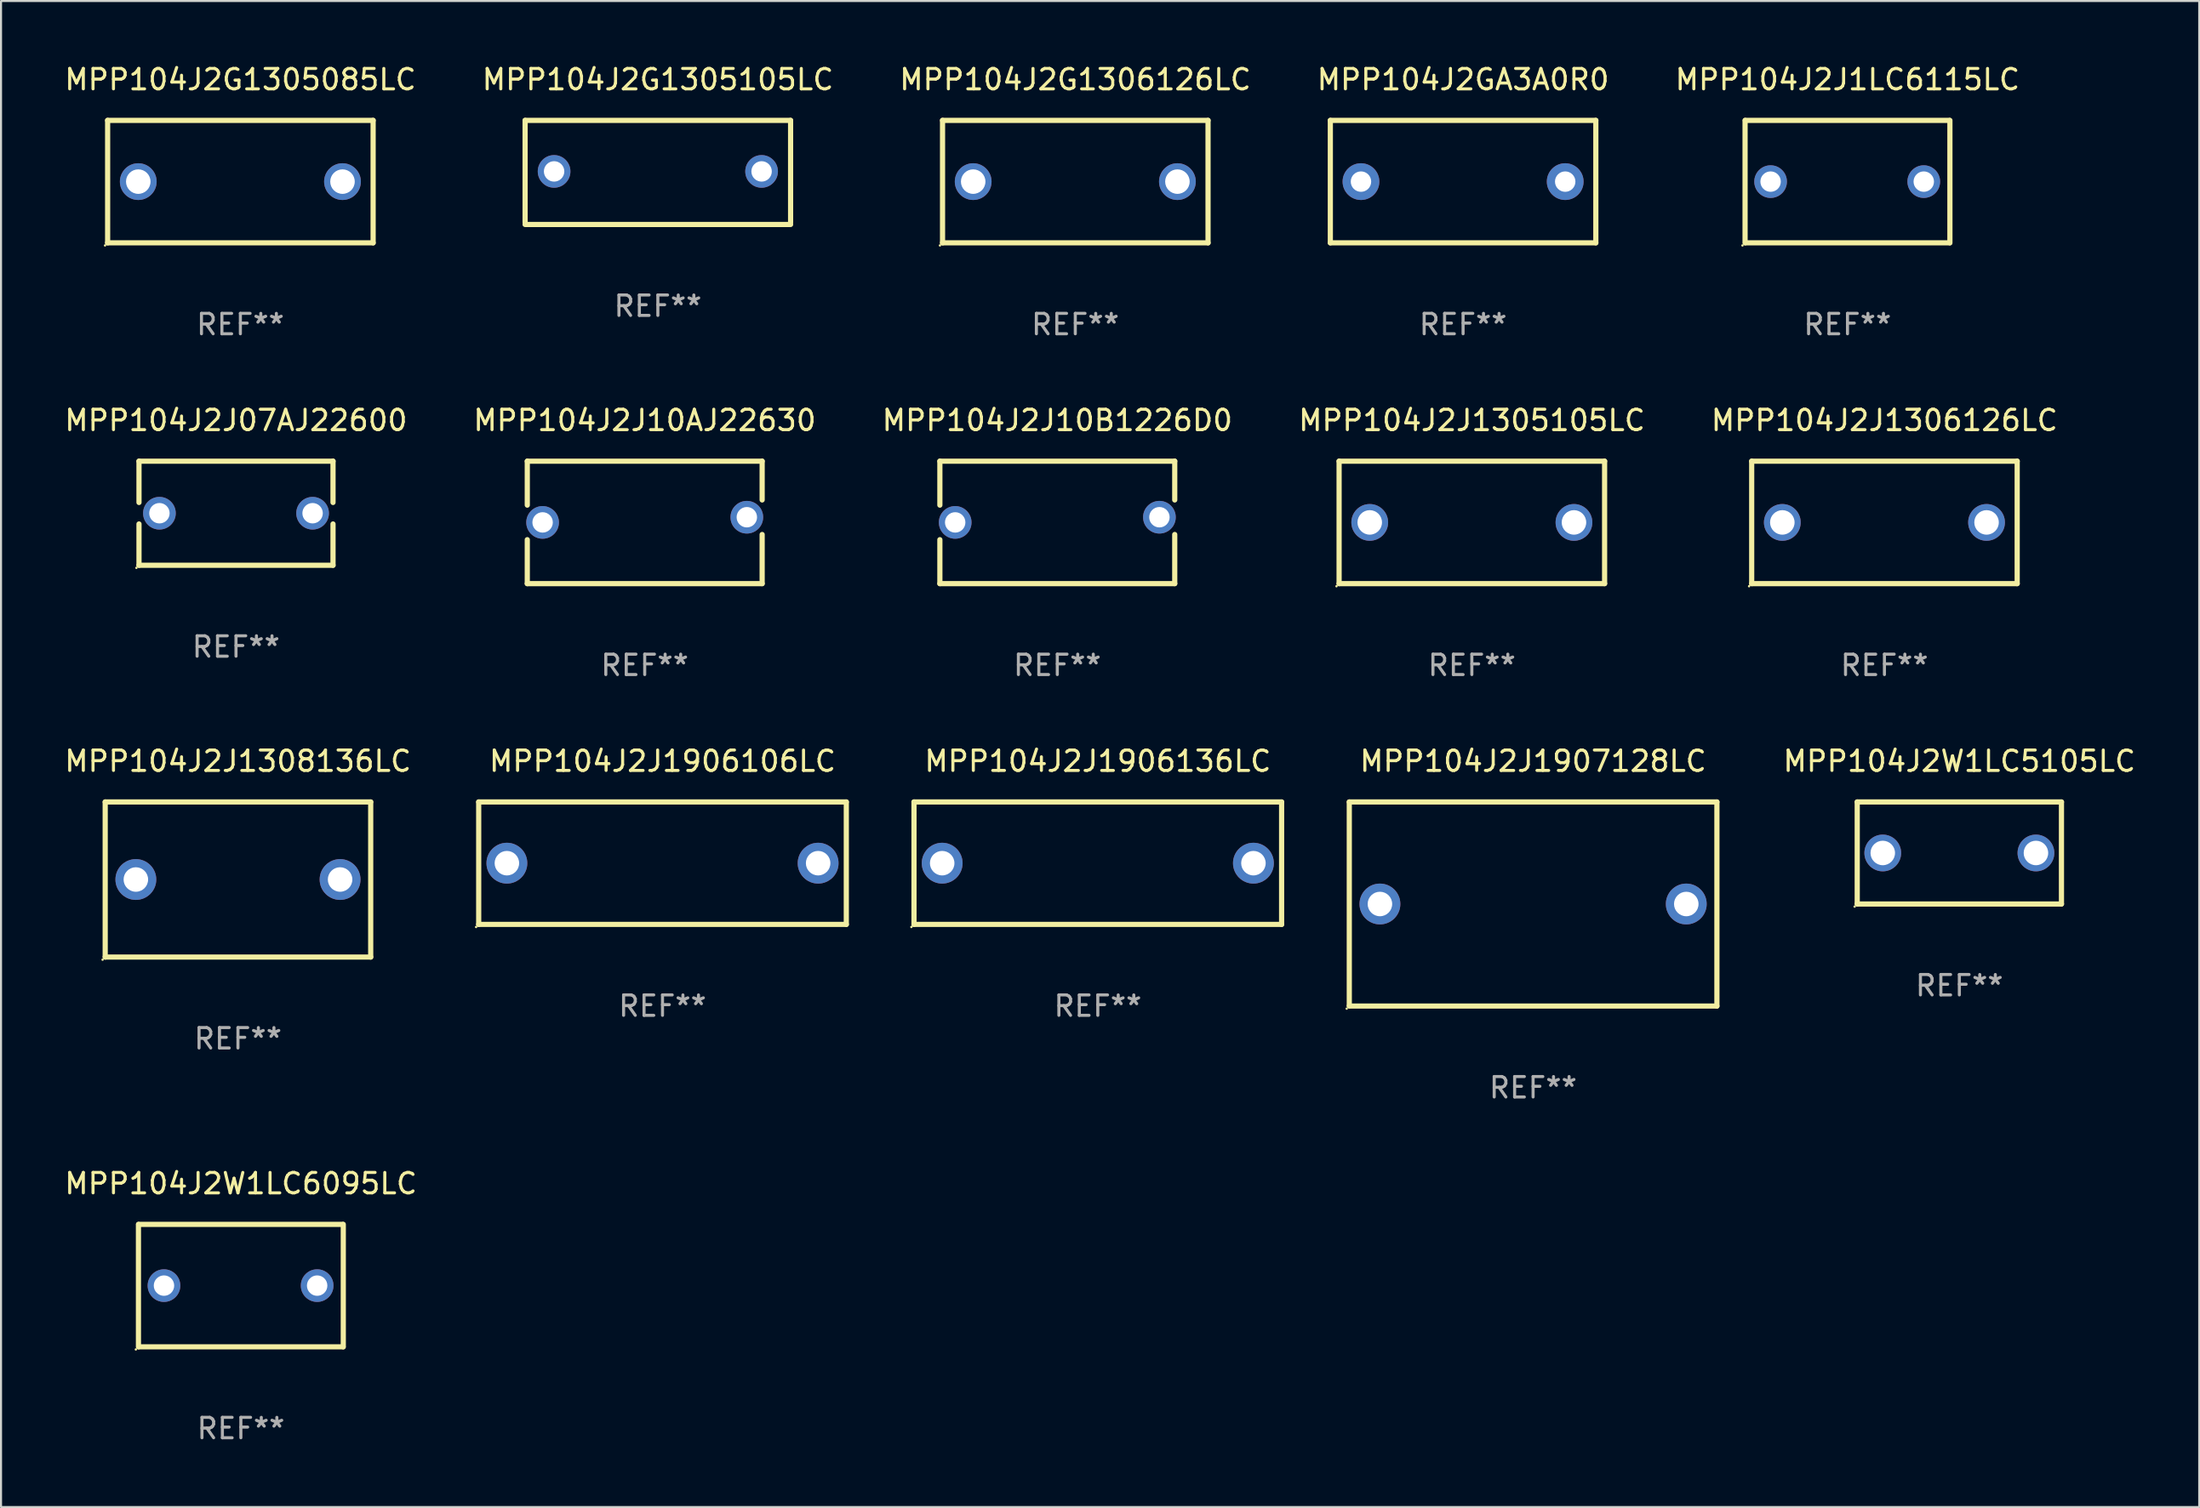
<source format=kicad_pcb>
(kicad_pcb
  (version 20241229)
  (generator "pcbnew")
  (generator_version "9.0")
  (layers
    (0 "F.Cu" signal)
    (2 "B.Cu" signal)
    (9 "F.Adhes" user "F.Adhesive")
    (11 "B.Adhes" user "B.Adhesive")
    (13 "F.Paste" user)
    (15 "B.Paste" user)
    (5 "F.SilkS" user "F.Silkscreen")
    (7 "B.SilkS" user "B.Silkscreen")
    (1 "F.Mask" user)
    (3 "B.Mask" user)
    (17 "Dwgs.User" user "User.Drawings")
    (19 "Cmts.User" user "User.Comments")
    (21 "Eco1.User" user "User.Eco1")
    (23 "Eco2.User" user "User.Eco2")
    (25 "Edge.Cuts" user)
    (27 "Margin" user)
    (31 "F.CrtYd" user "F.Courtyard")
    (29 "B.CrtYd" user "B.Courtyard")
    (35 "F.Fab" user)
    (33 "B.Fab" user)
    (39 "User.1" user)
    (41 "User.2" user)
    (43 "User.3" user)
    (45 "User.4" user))
  (footprint "MPP104J2J10B1226D0"
    (layer "F.Cu")
    (at 48.72 22.545)
    (property "Reference" "MPP104J2J10B1226D0" (at 0 -5 0) (layer "F.SilkS") (effects (font (size 1 1) (thickness 0.15))))
    (attr through_hole)
    (fp_line (start -5.75 -3) (end -5.75 -0.846) (stroke (width 0.254) (type solid)) (layer "F.SilkS"))
    (fp_line (start -5.75 -3) (end 5.75 -3) (stroke (width 0.254) (type solid)) (layer "F.SilkS"))
    (fp_line (start -5.75 0.846) (end -5.75 3) (stroke (width 0.254) (type solid)) (layer "F.SilkS"))
    (fp_line (start -5.75 3) (end 5.75 3) (stroke (width 0.254) (type solid)) (layer "F.SilkS"))
    (fp_line (start 5.75 -3) (end 5.75 -1.1) (stroke (width 0.254) (type solid)) (layer "F.SilkS"))
    (fp_line (start 5.75 0.592) (end 5.75 3) (stroke (width 0.254) (type solid)) (layer "F.SilkS"))
    (fp_circle (center -5.75 2.873) (end -5.72 2.873) (stroke (width 0.06) (type solid)) (fill no) (layer "F.SilkS"))
    (fp_text user "REF**" (at 0 7 0) (layer "F.Fab") (effects (font (size 1 1) (thickness 0.15))))
    (pad "1" thru_hole circle (at -5 0) (size 1.6 1.6) (drill 1) (layers "*.Cu" "*.Mask"))
    (pad "2" thru_hole circle (at 5 -0.254) (size 1.6 1.6) (drill 1) (layers "*.Cu" "*.Mask")))
  (footprint "MPP104J2J1906136LC"
    (layer "F.Cu")
    (at 50.703 39.241)
    (property "Reference" "MPP104J2J1906136LC" (at 0 -5 0) (layer "F.SilkS") (effects (font (size 1 1) (thickness 0.15))))
    (attr through_hole)
    (fp_line (start -9 -3) (end 9 -3) (stroke (width 0.254) (type solid)) (layer "F.SilkS"))
    (fp_line (start -9 3) (end -9 -3) (stroke (width 0.254) (type solid)) (layer "F.SilkS"))
    (fp_line (start 9 -3) (end 9 3) (stroke (width 0.254) (type solid)) (layer "F.SilkS"))
    (fp_line (start 9 3) (end -9 3) (stroke (width 0.254) (type solid)) (layer "F.SilkS"))
    (fp_circle (center -9.127 3.127) (end -9.097 3.127) (stroke (width 0.06) (type solid)) (fill no) (layer "F.SilkS"))
    (fp_text user "REF**" (at 0 7 0) (layer "F.Fab") (effects (font (size 1 1) (thickness 0.15))))
    (pad "1" thru_hole circle (at -7.62 0) (size 2 2) (drill 1.2) (layers "*.Cu" "*.Mask"))
    (pad "2" thru_hole circle (at 7.62 0) (size 2 2) (drill 1.2) (layers "*.Cu" "*.Mask")))
  (footprint "MPP104J2G1305105LC"
    (layer "F.Cu")
    (at 29.161 5.398)
    (property "Reference" "MPP104J2G1305105LC" (at 0 -4.55 0) (layer "F.SilkS") (effects (font (size 1 1) (thickness 0.15))))
    (attr through_hole)
    (fp_line (start -6.5 -2.55) (end 6.5 -2.55) (stroke (width 0.254) (type solid)) (layer "F.SilkS"))
    (fp_line (start -6.5 2.45) (end -6.5 -2.55) (stroke (width 0.254) (type solid)) (layer "F.SilkS"))
    (fp_line (start 6.5 -2.55) (end 6.5 2.45) (stroke (width 0.254) (type solid)) (layer "F.SilkS"))
    (fp_line (start 6.5 2.55) (end -6.5 2.55) (stroke (width 0.254) (type solid)) (layer "F.SilkS"))
    (fp_circle (center -6.5 2.45) (end -6.47 2.45) (stroke (width 0.06) (type solid)) (fill no) (layer "F.SilkS"))
    (fp_text user "REF**" (at 0 6.55 0) (layer "F.Fab") (effects (font (size 1 1) (thickness 0.15))))
    (pad "1" thru_hole circle (at -5.08 -0.05) (size 1.6 1.6) (drill 1) (layers "*.Cu" "*.Mask"))
    (pad "2" thru_hole circle (at 5.08 -0.05) (size 1.6 1.6) (drill 1) (layers "*.Cu" "*.Mask")))
  (footprint "MPP104J2W1LC5105LC"
    (layer "F.Cu")
    (at 92.888 38.741)
    (property "Reference" "MPP104J2W1LC5105LC" (at 0 -4.5 0) (layer "F.SilkS") (effects (font (size 1 1) (thickness 0.15))))
    (attr through_hole)
    (fp_line (start -5 -2.5) (end 5 -2.5) (stroke (width 0.254) (type solid)) (layer "F.SilkS"))
    (fp_line (start -5 2.5) (end -5 -2.5) (stroke (width 0.254) (type solid)) (layer "F.SilkS"))
    (fp_line (start 5 -2.5) (end 5 2.5) (stroke (width 0.254) (type solid)) (layer "F.SilkS"))
    (fp_line (start 5 2.5) (end -5 2.5) (stroke (width 0.254) (type solid)) (layer "F.SilkS"))
    (fp_circle (center -5.127 2.627) (end -5.097 2.627) (stroke (width 0.06) (type solid)) (fill no) (layer "F.SilkS"))
    (fp_text user "REF**" (at 0 6.5 0) (layer "F.Fab") (effects (font (size 1 1) (thickness 0.15))))
    (pad "1" thru_hole circle (at -3.75 0) (size 1.8 1.8) (drill 1.2) (layers "*.Cu" "*.Mask"))
    (pad "2" thru_hole circle (at 3.75 0) (size 1.8 1.8) (drill 1.2) (layers "*.Cu" "*.Mask")))
  (footprint "MPP104J2G1305085LC"
    (layer "F.Cu")
    (at 8.72 5.848)
    (property "Reference" "MPP104J2G1305085LC" (at 0 -5 0) (layer "F.SilkS") (effects (font (size 1 1) (thickness 0.15))))
    (attr through_hole)
    (fp_line (start -6.5 -3) (end 6.5 -3) (stroke (width 0.254) (type solid)) (layer "F.SilkS"))
    (fp_line (start -6.5 3) (end -6.5 -3) (stroke (width 0.254) (type solid)) (layer "F.SilkS"))
    (fp_line (start -6.5 3) (end 6.5 3) (stroke (width 0.254) (type solid)) (layer "F.SilkS"))
    (fp_line (start 6.5 -3) (end 6.5 3) (stroke (width 0.254) (type solid)) (layer "F.SilkS"))
    (fp_circle (center -6.627 3.127) (end -6.597 3.127) (stroke (width 0.06) (type solid)) (fill no) (layer "F.SilkS"))
    (fp_text user "REF**" (at 0 7 0) (layer "F.Fab") (effects (font (size 1 1) (thickness 0.15))))
    (pad "1" thru_hole circle (at -5 0) (size 1.8 1.8) (drill 1.2) (layers "*.Cu" "*.Mask"))
    (pad "2" thru_hole circle (at 5 0) (size 1.8 1.8) (drill 1.2) (layers "*.Cu" "*.Mask")))
  (footprint "MPP104J2G1306126LC"
    (layer "F.Cu")
    (at 49.601 5.848)
    (property "Reference" "MPP104J2G1306126LC" (at 0 -5 0) (layer "F.SilkS") (effects (font (size 1 1) (thickness 0.15))))
    (attr through_hole)
    (fp_line (start -6.5 -3) (end 6.5 -3) (stroke (width 0.254) (type solid)) (layer "F.SilkS"))
    (fp_line (start -6.5 3) (end -6.5 -3) (stroke (width 0.254) (type solid)) (layer "F.SilkS"))
    (fp_line (start -6.5 3) (end 6.5 3) (stroke (width 0.254) (type solid)) (layer "F.SilkS"))
    (fp_line (start 6.5 -3) (end 6.5 3) (stroke (width 0.254) (type solid)) (layer "F.SilkS"))
    (fp_circle (center -6.627 3.127) (end -6.597 3.127) (stroke (width 0.06) (type solid)) (fill no) (layer "F.SilkS"))
    (fp_text user "REF**" (at 0 7 0) (layer "F.Fab") (effects (font (size 1 1) (thickness 0.15))))
    (pad "1" thru_hole circle (at -5 0) (size 1.8 1.8) (drill 1.2) (layers "*.Cu" "*.Mask"))
    (pad "2" thru_hole circle (at 5 0) (size 1.8 1.8) (drill 1.2) (layers "*.Cu" "*.Mask")))
  (footprint "MPP104J2J1308136LC"
    (layer "F.Cu")
    (at 8.601 40.041)
    (property "Reference" "MPP104J2J1308136LC" (at 0 -5.8 0) (layer "F.SilkS") (effects (font (size 1 1) (thickness 0.15))))
    (attr through_hole)
    (fp_line (start -6.5 -3.8) (end -6.5 3.8) (stroke (width 0.254) (type solid)) (layer "F.SilkS"))
    (fp_line (start -6.5 -3.8) (end 6.5 -3.8) (stroke (width 0.254) (type solid)) (layer "F.SilkS"))
    (fp_line (start 6.5 3.8) (end -6.5 3.8) (stroke (width 0.254) (type solid)) (layer "F.SilkS"))
    (fp_line (start 6.5 3.8) (end 6.5 -3.8) (stroke (width 0.254) (type solid)) (layer "F.SilkS"))
    (fp_circle (center -6.627 3.927) (end -6.597 3.927) (stroke (width 0.06) (type solid)) (fill no) (layer "F.SilkS"))
    (fp_text user "REF**" (at 0 7.8 0) (layer "F.Fab") (effects (font (size 1 1) (thickness 0.15))))
    (pad "1" thru_hole circle (at -4.999 0) (size 2 2) (drill 1.2) (layers "*.Cu" "*.Mask"))
    (pad "2" thru_hole circle (at 5.001 0) (size 2 2) (drill 1.2) (layers "*.Cu" "*.Mask")))
  (footprint "MPP104J2J1907128LC"
    (layer "F.Cu")
    (at 72.017 41.241)
    (property "Reference" "MPP104J2J1907128LC" (at 0 -7 0) (layer "F.SilkS") (effects (font (size 1 1) (thickness 0.15))))
    (attr through_hole)
    (fp_line (start -9 -5) (end -9 4.98) (stroke (width 0.254) (type solid)) (layer "F.SilkS"))
    (fp_line (start -9 -5) (end 9 -5) (stroke (width 0.254) (type solid)) (layer "F.SilkS"))
    (fp_line (start -9 5) (end 9 5) (stroke (width 0.254) (type solid)) (layer "F.SilkS"))
    (fp_line (start 9 -5) (end 9 5) (stroke (width 0.254) (type solid)) (layer "F.SilkS"))
    (fp_circle (center -9.127 5.127) (end -9.097 5.127) (stroke (width 0.06) (type solid)) (fill no) (layer "F.SilkS"))
    (fp_text user "REF**" (at 0 9 0) (layer "F.Fab") (effects (font (size 1 1) (thickness 0.15))))
    (pad "1" thru_hole circle (at -7.5 0) (size 2 2) (drill 1.2) (layers "*.Cu" "*.Mask"))
    (pad "2" thru_hole circle (at 7.5 0) (size 2 2) (drill 1.2) (layers "*.Cu" "*.Mask")))
  (footprint "MPP104J2J07AJ22600"
    (layer "F.Cu")
    (at 8.506 22.095)
    (property "Reference" "MPP104J2J07AJ22600" (at 0 -4.55 0) (layer "F.SilkS") (effects (font (size 1 1) (thickness 0.15))))
    (attr through_hole)
    (fp_line (start -4.75 -2.55) (end -4.75 -0.526) (stroke (width 0.254) (type solid)) (layer "F.SilkS"))
    (fp_line (start -4.75 -2.55) (end 4.75 -2.55) (stroke (width 0.254) (type solid)) (layer "F.SilkS"))
    (fp_line (start -4.75 0.526) (end -4.75 2.55) (stroke (width 0.254) (type solid)) (layer "F.SilkS"))
    (fp_line (start 4.75 2.55) (end -4.75 2.55) (stroke (width 0.254) (type solid)) (layer "F.SilkS"))
    (fp_line (start 4.75 -2.55) (end 4.75 -0.526) (stroke (width 0.254) (type solid)) (layer "F.SilkS"))
    (fp_line (start 4.75 0.526) (end 4.75 2.55) (stroke (width 0.254) (type solid)) (layer "F.SilkS"))
    (fp_circle (center -4.877 2.677) (end -4.847 2.677) (stroke (width 0.06) (type solid)) (fill no) (layer "F.SilkS"))
    (fp_text user "REF**" (at 0 6.55 0) (layer "F.Fab") (effects (font (size 1 1) (thickness 0.15))))
    (pad "1" thru_hole circle (at -3.75 0) (size 1.6 1.6) (drill 1) (layers "*.Cu" "*.Mask"))
    (pad "2" thru_hole circle (at 3.75 0) (size 1.6 1.6) (drill 1) (layers "*.Cu" "*.Mask")))
  (footprint "MPP104J2W1LC6095LC"
    (layer "F.Cu")
    (at 8.744 59.938)
    (property "Reference" "MPP104J2W1LC6095LC" (at 0 -5 0) (layer "F.SilkS") (effects (font (size 1 1) (thickness 0.15))))
    (attr through_hole)
    (fp_line (start -5.015 3) (end -5.015 -3) (stroke (width 0.254) (type solid)) (layer "F.SilkS"))
    (fp_line (start -5.005 -3) (end 4.995 -3) (stroke (width 0.254) (type solid)) (layer "F.SilkS"))
    (fp_line (start 5.005 3) (end -4.995 3) (stroke (width 0.254) (type solid)) (layer "F.SilkS"))
    (fp_line (start 5.015 -3) (end 5.015 3) (stroke (width 0.254) (type solid)) (layer "F.SilkS"))
    (fp_circle (center -5.142 3.127) (end -5.112 3.127) (stroke (width 0.06) (type solid)) (fill no) (layer "F.SilkS"))
    (fp_text user "REF**" (at 0 7 0) (layer "F.Fab") (effects (font (size 1 1) (thickness 0.15))))
    (pad "1" thru_hole circle (at -3.765 0) (size 1.6 1.6) (drill 1) (layers "*.Cu" "*.Mask"))
    (pad "2" thru_hole circle (at 3.735 0) (size 1.6 1.6) (drill 1) (layers "*.Cu" "*.Mask")))
  (footprint "MPP104J2GA3A0R0"
    (layer "F.Cu")
    (at 68.589 5.848)
    (property "Reference" "MPP104J2GA3A0R0" (at 0 -5 0) (layer "F.SilkS") (effects (font (size 1 1) (thickness 0.15))))
    (attr through_hole)
    (fp_line (start -6.5 -3) (end 6.5 -3) (stroke (width 0.254) (type solid)) (layer "F.SilkS"))
    (fp_line (start -6.5 3) (end -6.5 -3) (stroke (width 0.254) (type solid)) (layer "F.SilkS"))
    (fp_line (start 6.5 -3) (end 6.5 3) (stroke (width 0.254) (type solid)) (layer "F.SilkS"))
    (fp_line (start 6.5 3) (end -6.5 3) (stroke (width 0.254) (type solid)) (layer "F.SilkS"))
    (fp_circle (center -6.5 3) (end -6.47 3) (stroke (width 0.06) (type solid)) (fill no) (layer "F.SilkS"))
    (fp_text user "REF**" (at 0 7 0) (layer "F.Fab") (effects (font (size 1 1) (thickness 0.15))))
    (pad "1" thru_hole circle (at -5 0) (size 1.8 1.8) (drill 1) (layers "*.Cu" "*.Mask"))
    (pad "2" thru_hole circle (at 5 0) (size 1.8 1.8) (drill 1) (layers "*.Cu" "*.Mask")))
  (footprint "MPP104J2J1LC6115LC"
    (layer "F.Cu")
    (at 87.411 5.848)
    (property "Reference" "MPP104J2J1LC6115LC" (at 0 -5 0) (layer "F.SilkS") (effects (font (size 1 1) (thickness 0.15))))
    (attr through_hole)
    (fp_line (start -5.015 3) (end -5.015 -3) (stroke (width 0.254) (type solid)) (layer "F.SilkS"))
    (fp_line (start -5.005 -3) (end 4.995 -3) (stroke (width 0.254) (type solid)) (layer "F.SilkS"))
    (fp_line (start 5.005 3) (end -4.995 3) (stroke (width 0.254) (type solid)) (layer "F.SilkS"))
    (fp_line (start 5.015 -3) (end 5.015 3) (stroke (width 0.254) (type solid)) (layer "F.SilkS"))
    (fp_circle (center -5.142 3.127) (end -5.112 3.127) (stroke (width 0.06) (type solid)) (fill no) (layer "F.SilkS"))
    (fp_text user "REF**" (at 0 7 0) (layer "F.Fab") (effects (font (size 1 1) (thickness 0.15))))
    (pad "1" thru_hole circle (at -3.765 0) (size 1.6 1.6) (drill 1) (layers "*.Cu" "*.Mask"))
    (pad "2" thru_hole circle (at 3.735 0) (size 1.6 1.6) (drill 1) (layers "*.Cu" "*.Mask")))
  (footprint "MPP104J2J1306126LC"
    (layer "F.Cu")
    (at 89.22 22.545)
    (property "Reference" "MPP104J2J1306126LC" (at 0 -5 0) (layer "F.SilkS") (effects (font (size 1 1) (thickness 0.15))))
    (attr through_hole)
    (fp_line (start -6.5 -3) (end 6.5 -3) (stroke (width 0.254) (type solid)) (layer "F.SilkS"))
    (fp_line (start -6.5 3) (end -6.5 -3) (stroke (width 0.254) (type solid)) (layer "F.SilkS"))
    (fp_line (start -6.5 3) (end 6.5 3) (stroke (width 0.254) (type solid)) (layer "F.SilkS"))
    (fp_line (start 6.5 -3) (end 6.5 3) (stroke (width 0.254) (type solid)) (layer "F.SilkS"))
    (fp_circle (center -6.627 3.127) (end -6.597 3.127) (stroke (width 0.06) (type solid)) (fill no) (layer "F.SilkS"))
    (fp_text user "REF**" (at 0 7 0) (layer "F.Fab") (effects (font (size 1 1) (thickness 0.15))))
    (pad "1" thru_hole circle (at -5 0) (size 1.8 1.8) (drill 1.2) (layers "*.Cu" "*.Mask"))
    (pad "2" thru_hole circle (at 5 0) (size 1.8 1.8) (drill 1.2) (layers "*.Cu" "*.Mask")))
  (footprint "MPP104J2J10AJ22630"
    (layer "F.Cu")
    (at 28.518 22.545)
    (property "Reference" "MPP104J2J10AJ22630" (at 0 -5 0) (layer "F.SilkS") (effects (font (size 1 1) (thickness 0.15))))
    (attr through_hole)
    (fp_line (start -5.75 -3) (end -5.75 -0.846) (stroke (width 0.254) (type solid)) (layer "F.SilkS"))
    (fp_line (start -5.75 -3) (end 5.75 -3) (stroke (width 0.254) (type solid)) (layer "F.SilkS"))
    (fp_line (start -5.75 0.846) (end -5.75 3) (stroke (width 0.254) (type solid)) (layer "F.SilkS"))
    (fp_line (start -5.75 3) (end 5.75 3) (stroke (width 0.254) (type solid)) (layer "F.SilkS"))
    (fp_line (start 5.75 -3) (end 5.75 -1.1) (stroke (width 0.254) (type solid)) (layer "F.SilkS"))
    (fp_line (start 5.75 0.592) (end 5.75 3) (stroke (width 0.254) (type solid)) (layer "F.SilkS"))
    (fp_circle (center -5.75 2.873) (end -5.72 2.873) (stroke (width 0.06) (type solid)) (fill no) (layer "F.SilkS"))
    (fp_text user "REF**" (at 0 7 0) (layer "F.Fab") (effects (font (size 1 1) (thickness 0.15))))
    (pad "1" thru_hole circle (at -5 0) (size 1.6 1.6) (drill 1) (layers "*.Cu" "*.Mask"))
    (pad "2" thru_hole circle (at 5 -0.254) (size 1.6 1.6) (drill 1) (layers "*.Cu" "*.Mask")))
  (footprint "MPP104J2J1906106LC"
    (layer "F.Cu")
    (at 29.389 39.241)
    (property "Reference" "MPP104J2J1906106LC" (at 0 -5 0) (layer "F.SilkS") (effects (font (size 1 1) (thickness 0.15))))
    (attr through_hole)
    (fp_line (start -9 -3) (end 9 -3) (stroke (width 0.254) (type solid)) (layer "F.SilkS"))
    (fp_line (start -9 3) (end -9 -3) (stroke (width 0.254) (type solid)) (layer "F.SilkS"))
    (fp_line (start 9 -3) (end 9 3) (stroke (width 0.254) (type solid)) (layer "F.SilkS"))
    (fp_line (start 9 3) (end -9 3) (stroke (width 0.254) (type solid)) (layer "F.SilkS"))
    (fp_circle (center -9.127 3.127) (end -9.097 3.127) (stroke (width 0.06) (type solid)) (fill no) (layer "F.SilkS"))
    (fp_text user "REF**" (at 0 7 0) (layer "F.Fab") (effects (font (size 1 1) (thickness 0.15))))
    (pad "1" thru_hole circle (at -7.62 0) (size 2 2) (drill 1.2) (layers "*.Cu" "*.Mask"))
    (pad "2" thru_hole circle (at 7.62 0) (size 2 2) (drill 1.2) (layers "*.Cu" "*.Mask")))
  (footprint "MPP104J2J1305105LC"
    (layer "F.Cu")
    (at 69.018 22.545)
    (property "Reference" "MPP104J2J1305105LC" (at 0 -5 0) (layer "F.SilkS") (effects (font (size 1 1) (thickness 0.15))))
    (attr through_hole)
    (fp_line (start -6.5 -3) (end 6.5 -3) (stroke (width 0.254) (type solid)) (layer "F.SilkS"))
    (fp_line (start -6.5 3) (end -6.5 -3) (stroke (width 0.254) (type solid)) (layer "F.SilkS"))
    (fp_line (start -6.5 3) (end 6.5 3) (stroke (width 0.254) (type solid)) (layer "F.SilkS"))
    (fp_line (start 6.5 -3) (end 6.5 3) (stroke (width 0.254) (type solid)) (layer "F.SilkS"))
    (fp_circle (center -6.627 3.127) (end -6.597 3.127) (stroke (width 0.06) (type solid)) (fill no) (layer "F.SilkS"))
    (fp_text user "REF**" (at 0 7 0) (layer "F.Fab") (effects (font (size 1 1) (thickness 0.15))))
    (pad "1" thru_hole circle (at -5 0) (size 1.8 1.8) (drill 1.2) (layers "*.Cu" "*.Mask"))
    (pad "2" thru_hole circle (at 5 0) (size 1.8 1.8) (drill 1.2) (layers "*.Cu" "*.Mask")))
  (gr_rect
    (start -3 -3)
    (end 104.633 70.786)
    (stroke (width 0.1) (type default))
    (fill no)
    (layer "Edge.Cuts")))
</source>
